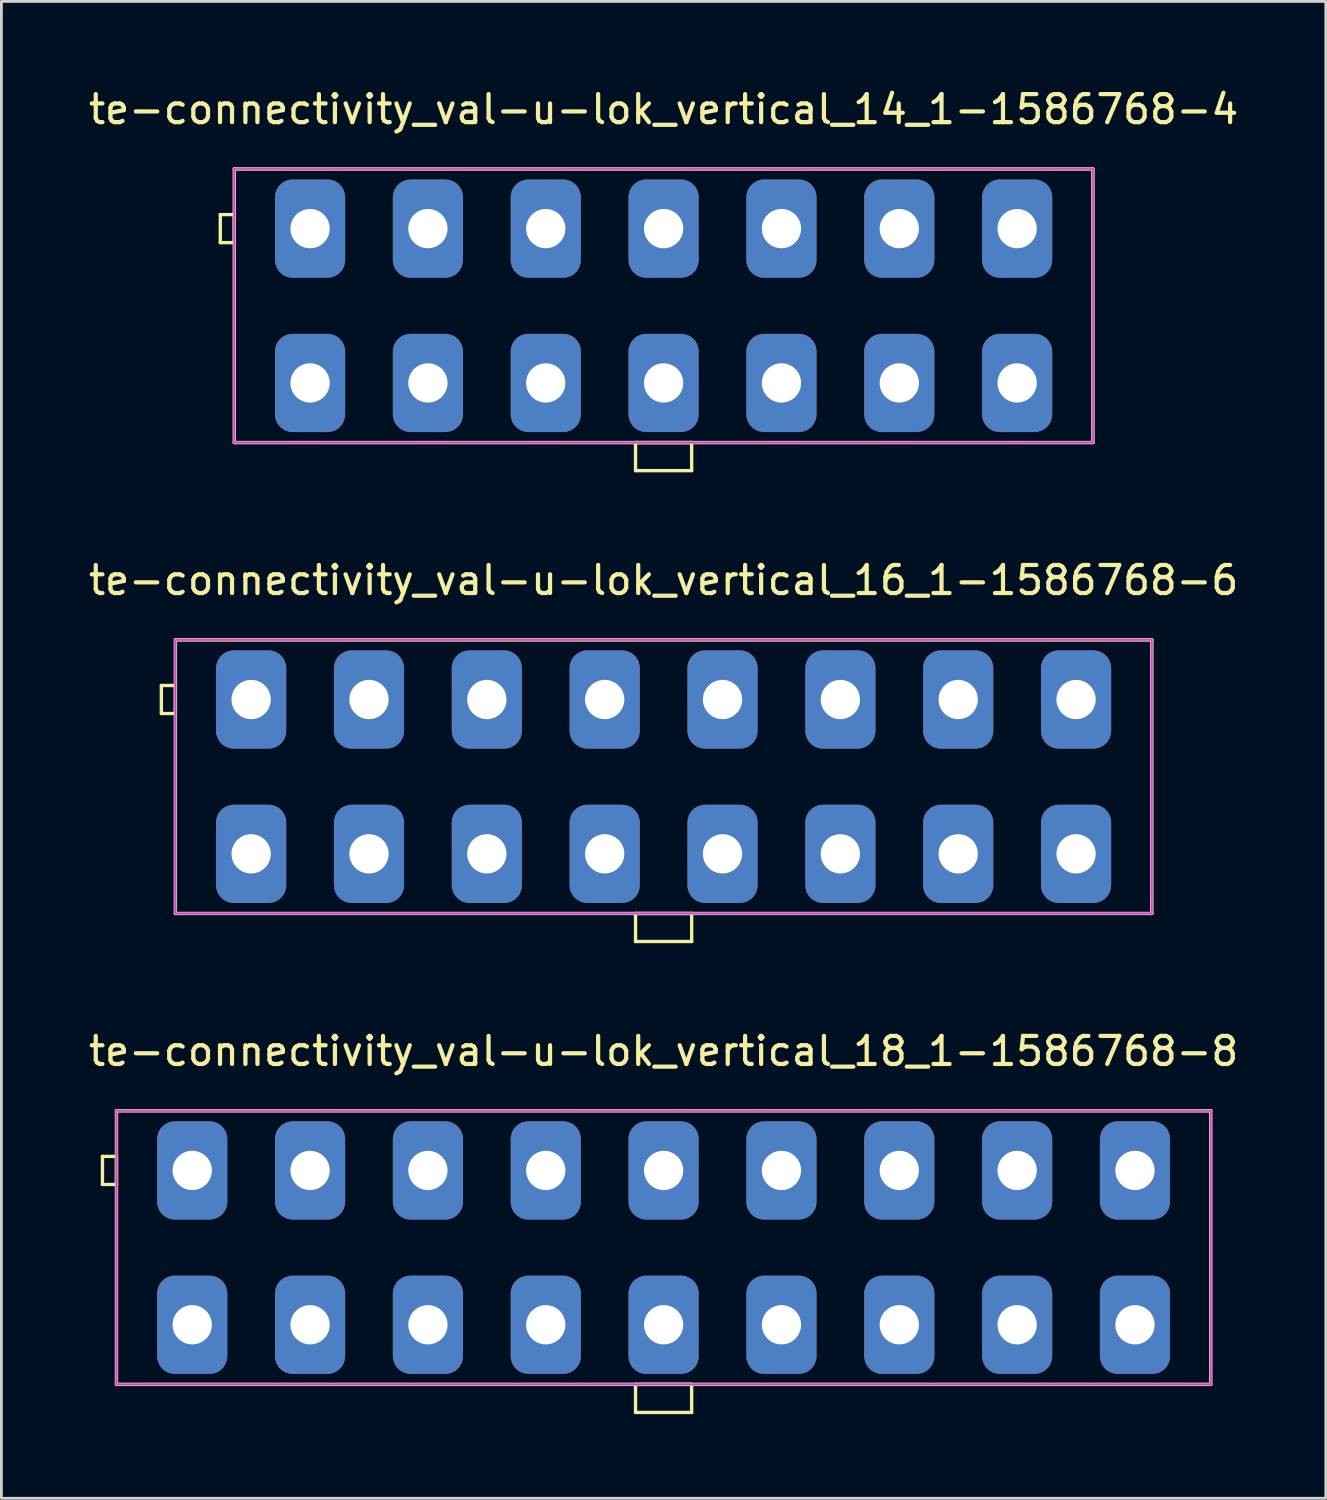
<source format=kicad_pcb>
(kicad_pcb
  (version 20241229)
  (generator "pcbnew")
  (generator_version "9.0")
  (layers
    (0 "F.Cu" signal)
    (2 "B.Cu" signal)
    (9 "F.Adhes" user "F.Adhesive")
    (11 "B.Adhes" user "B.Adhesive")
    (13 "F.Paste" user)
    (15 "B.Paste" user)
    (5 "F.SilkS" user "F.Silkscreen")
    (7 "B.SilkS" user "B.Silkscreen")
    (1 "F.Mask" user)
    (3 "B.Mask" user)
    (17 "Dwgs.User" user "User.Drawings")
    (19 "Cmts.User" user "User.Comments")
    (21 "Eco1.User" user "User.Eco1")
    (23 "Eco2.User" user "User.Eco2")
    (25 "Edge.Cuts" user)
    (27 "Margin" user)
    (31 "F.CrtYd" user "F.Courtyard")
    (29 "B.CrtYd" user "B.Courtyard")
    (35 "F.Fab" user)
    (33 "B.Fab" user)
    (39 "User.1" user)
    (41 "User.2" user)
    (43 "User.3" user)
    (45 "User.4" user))
  (footprint "te-connectivity_val-u-lok_vertical_16_1-1586768-6"
    (layer "F.Cu")
    (at 20.601 24.631)
    (property "Reference" "te-connectivity_val-u-lok_vertical_16_1-1586768-6" (at 0 -7 0) (layer "F.SilkS") (effects (font (size 1 1) (thickness 0.15))))
    (attr through_hole)
    (fp_line (start -17.9 -3.25) (end -17.4 -3.25) (stroke (width 0.12) (type solid)) (layer "F.SilkS"))
    (fp_line (start -17.9 -2.25) (end -17.9 -3.25) (stroke (width 0.12) (type solid)) (layer "F.SilkS"))
    (fp_line (start -17.4 -4.875) (end -17.4 4.875) (stroke (width 0.12) (type solid)) (layer "F.SilkS"))
    (fp_line (start -17.4 -3.25) (end -17.4 -2.25) (stroke (width 0.12) (type solid)) (layer "F.SilkS"))
    (fp_line (start -17.4 -2.25) (end -17.9 -2.25) (stroke (width 0.12) (type solid)) (layer "F.SilkS"))
    (fp_line (start -17.4 4.875) (end 17.4 4.875) (stroke (width 0.12) (type solid)) (layer "F.SilkS"))
    (fp_line (start -1 4.875) (end -1 5.875) (stroke (width 0.12) (type solid)) (layer "F.SilkS"))
    (fp_line (start -1 5.875) (end 1 5.875) (stroke (width 0.12) (type solid)) (layer "F.SilkS"))
    (fp_line (start 1 4.875) (end -1 4.875) (stroke (width 0.12) (type solid)) (layer "F.SilkS"))
    (fp_line (start 1 5.875) (end 1 4.875) (stroke (width 0.12) (type solid)) (layer "F.SilkS"))
    (fp_line (start 17.4 -4.875) (end -17.4 -4.875) (stroke (width 0.12) (type solid)) (layer "F.SilkS"))
    (fp_line (start 17.4 4.875) (end 17.4 -4.875) (stroke (width 0.12) (type solid)) (layer "F.SilkS"))
    (fp_line (start -17.4 -4.875) (end -17.4 4.875) (stroke (width 0.05) (type solid)) (layer "F.CrtYd"))
    (fp_line (start -17.4 4.875) (end 17.4 4.875) (stroke (width 0.05) (type solid)) (layer "F.CrtYd"))
    (fp_line (start 17.4 -4.875) (end -17.4 -4.875) (stroke (width 0.05) (type solid)) (layer "F.CrtYd"))
    (fp_line (start 17.4 4.875) (end 17.4 -4.875) (stroke (width 0.05) (type solid)) (layer "F.CrtYd"))
    (fp_line (start -17.4 -4.875) (end -17.4 4.875) (stroke (width 0.1) (type solid)) (layer "F.Fab"))
    (fp_line (start -17.4 4.875) (end 17.4 4.875) (stroke (width 0.1) (type solid)) (layer "F.Fab"))
    (fp_line (start 17.4 -4.875) (end -17.4 -4.875) (stroke (width 0.1) (type solid)) (layer "F.Fab"))
    (fp_line (start 17.4 4.875) (end 17.4 -4.875) (stroke (width 0.1) (type solid)) (layer "F.Fab"))
    (pad "1" thru_hole roundrect (at -14.7 -2.75) (size 2.5 3.5) (drill 1.4) (layers "*.Cu" "*.Mask") (roundrect_rratio 0.25))
    (pad "2" thru_hole roundrect (at -14.7 2.75) (size 2.5 3.5) (drill 1.4) (layers "*.Cu" "*.Mask") (roundrect_rratio 0.25))
    (pad "3" thru_hole roundrect (at -10.5 -2.75) (size 2.5 3.5) (drill 1.4) (layers "*.Cu" "*.Mask") (roundrect_rratio 0.25))
    (pad "4" thru_hole roundrect (at -10.5 2.75) (size 2.5 3.5) (drill 1.4) (layers "*.Cu" "*.Mask") (roundrect_rratio 0.25))
    (pad "5" thru_hole roundrect (at -6.3 -2.75) (size 2.5 3.5) (drill 1.4) (layers "*.Cu" "*.Mask") (roundrect_rratio 0.25))
    (pad "6" thru_hole roundrect (at -6.3 2.75) (size 2.5 3.5) (drill 1.4) (layers "*.Cu" "*.Mask") (roundrect_rratio 0.25))
    (pad "7" thru_hole roundrect (at -2.1 -2.75) (size 2.5 3.5) (drill 1.4) (layers "*.Cu" "*.Mask") (roundrect_rratio 0.25))
    (pad "8" thru_hole roundrect (at -2.1 2.75) (size 2.5 3.5) (drill 1.4) (layers "*.Cu" "*.Mask") (roundrect_rratio 0.25))
    (pad "9" thru_hole roundrect (at 2.1 -2.75) (size 2.5 3.5) (drill 1.4) (layers "*.Cu" "*.Mask") (roundrect_rratio 0.25))
    (pad "10" thru_hole roundrect (at 2.1 2.75) (size 2.5 3.5) (drill 1.4) (layers "*.Cu" "*.Mask") (roundrect_rratio 0.25))
    (pad "11" thru_hole roundrect (at 6.3 -2.75) (size 2.5 3.5) (drill 1.4) (layers "*.Cu" "*.Mask") (roundrect_rratio 0.25))
    (pad "12" thru_hole roundrect (at 6.3 2.75) (size 2.5 3.5) (drill 1.4) (layers "*.Cu" "*.Mask") (roundrect_rratio 0.25))
    (pad "13" thru_hole roundrect (at 10.5 -2.75) (size 2.5 3.5) (drill 1.4) (layers "*.Cu" "*.Mask") (roundrect_rratio 0.25))
    (pad "14" thru_hole roundrect (at 10.5 2.75) (size 2.5 3.5) (drill 1.4) (layers "*.Cu" "*.Mask") (roundrect_rratio 0.25))
    (pad "15" thru_hole roundrect (at 14.7 -2.75) (size 2.5 3.5) (drill 1.4) (layers "*.Cu" "*.Mask") (roundrect_rratio 0.25))
    (pad "16" thru_hole roundrect (at 14.7 2.75) (size 2.5 3.5) (drill 1.4) (layers "*.Cu" "*.Mask") (roundrect_rratio 0.25)))
  (footprint "te-connectivity_val-u-lok_vertical_14_1-1586768-4"
    (layer "F.Cu")
    (at 20.601 7.848)
    (property "Reference" "te-connectivity_val-u-lok_vertical_14_1-1586768-4" (at 0 -7 0) (layer "F.SilkS") (effects (font (size 1 1) (thickness 0.15))))
    (attr through_hole)
    (fp_line (start -15.8 -3.25) (end -15.3 -3.25) (stroke (width 0.12) (type solid)) (layer "F.SilkS"))
    (fp_line (start -15.8 -2.25) (end -15.8 -3.25) (stroke (width 0.12) (type solid)) (layer "F.SilkS"))
    (fp_line (start -15.3 -4.875) (end -15.3 4.875) (stroke (width 0.12) (type solid)) (layer "F.SilkS"))
    (fp_line (start -15.3 -3.25) (end -15.3 -2.25) (stroke (width 0.12) (type solid)) (layer "F.SilkS"))
    (fp_line (start -15.3 -2.25) (end -15.8 -2.25) (stroke (width 0.12) (type solid)) (layer "F.SilkS"))
    (fp_line (start -15.3 4.875) (end 15.3 4.875) (stroke (width 0.12) (type solid)) (layer "F.SilkS"))
    (fp_line (start -1 4.875) (end -1 5.875) (stroke (width 0.12) (type solid)) (layer "F.SilkS"))
    (fp_line (start -1 5.875) (end 1 5.875) (stroke (width 0.12) (type solid)) (layer "F.SilkS"))
    (fp_line (start 1 4.875) (end -1 4.875) (stroke (width 0.12) (type solid)) (layer "F.SilkS"))
    (fp_line (start 1 5.875) (end 1 4.875) (stroke (width 0.12) (type solid)) (layer "F.SilkS"))
    (fp_line (start 15.3 -4.875) (end -15.3 -4.875) (stroke (width 0.12) (type solid)) (layer "F.SilkS"))
    (fp_line (start 15.3 4.875) (end 15.3 -4.875) (stroke (width 0.12) (type solid)) (layer "F.SilkS"))
    (fp_line (start -15.3 -4.875) (end -15.3 4.875) (stroke (width 0.05) (type solid)) (layer "F.CrtYd"))
    (fp_line (start -15.3 4.875) (end 15.3 4.875) (stroke (width 0.05) (type solid)) (layer "F.CrtYd"))
    (fp_line (start 15.3 -4.875) (end -15.3 -4.875) (stroke (width 0.05) (type solid)) (layer "F.CrtYd"))
    (fp_line (start 15.3 4.875) (end 15.3 -4.875) (stroke (width 0.05) (type solid)) (layer "F.CrtYd"))
    (fp_line (start -15.3 -4.875) (end -15.3 4.875) (stroke (width 0.1) (type solid)) (layer "F.Fab"))
    (fp_line (start -15.3 4.875) (end 15.3 4.875) (stroke (width 0.1) (type solid)) (layer "F.Fab"))
    (fp_line (start 15.3 -4.875) (end -15.3 -4.875) (stroke (width 0.1) (type solid)) (layer "F.Fab"))
    (fp_line (start 15.3 4.875) (end 15.3 -4.875) (stroke (width 0.1) (type solid)) (layer "F.Fab"))
    (pad "1" thru_hole roundrect (at -12.6 -2.75) (size 2.5 3.5) (drill 1.4) (layers "*.Cu" "*.Mask") (roundrect_rratio 0.25))
    (pad "2" thru_hole roundrect (at -12.6 2.75) (size 2.5 3.5) (drill 1.4) (layers "*.Cu" "*.Mask") (roundrect_rratio 0.25))
    (pad "3" thru_hole roundrect (at -8.4 -2.75) (size 2.5 3.5) (drill 1.4) (layers "*.Cu" "*.Mask") (roundrect_rratio 0.25))
    (pad "4" thru_hole roundrect (at -8.4 2.75) (size 2.5 3.5) (drill 1.4) (layers "*.Cu" "*.Mask") (roundrect_rratio 0.25))
    (pad "5" thru_hole roundrect (at -4.2 -2.75) (size 2.5 3.5) (drill 1.4) (layers "*.Cu" "*.Mask") (roundrect_rratio 0.25))
    (pad "6" thru_hole roundrect (at -4.2 2.75) (size 2.5 3.5) (drill 1.4) (layers "*.Cu" "*.Mask") (roundrect_rratio 0.25))
    (pad "7" thru_hole roundrect (at 0 -2.75) (size 2.5 3.5) (drill 1.4) (layers "*.Cu" "*.Mask") (roundrect_rratio 0.25))
    (pad "8" thru_hole roundrect (at 0 2.75) (size 2.5 3.5) (drill 1.4) (layers "*.Cu" "*.Mask") (roundrect_rratio 0.25))
    (pad "9" thru_hole roundrect (at 4.2 -2.75) (size 2.5 3.5) (drill 1.4) (layers "*.Cu" "*.Mask") (roundrect_rratio 0.25))
    (pad "10" thru_hole roundrect (at 4.2 2.75) (size 2.5 3.5) (drill 1.4) (layers "*.Cu" "*.Mask") (roundrect_rratio 0.25))
    (pad "11" thru_hole roundrect (at 8.4 -2.75) (size 2.5 3.5) (drill 1.4) (layers "*.Cu" "*.Mask") (roundrect_rratio 0.25))
    (pad "12" thru_hole roundrect (at 8.4 2.75) (size 2.5 3.5) (drill 1.4) (layers "*.Cu" "*.Mask") (roundrect_rratio 0.25))
    (pad "13" thru_hole roundrect (at 12.6 -2.75) (size 2.5 3.5) (drill 1.4) (layers "*.Cu" "*.Mask") (roundrect_rratio 0.25))
    (pad "14" thru_hole roundrect (at 12.6 2.75) (size 2.5 3.5) (drill 1.4) (layers "*.Cu" "*.Mask") (roundrect_rratio 0.25)))
  (footprint "te-connectivity_val-u-lok_vertical_18_1-1586768-8"
    (layer "F.Cu")
    (at 20.601 41.415)
    (property "Reference" "te-connectivity_val-u-lok_vertical_18_1-1586768-8" (at 0 -7 0) (layer "F.SilkS") (effects (font (size 1 1) (thickness 0.15))))
    (attr through_hole)
    (fp_line (start -20 -3.25) (end -19.5 -3.25) (stroke (width 0.12) (type solid)) (layer "F.SilkS"))
    (fp_line (start -20 -2.25) (end -20 -3.25) (stroke (width 0.12) (type solid)) (layer "F.SilkS"))
    (fp_line (start -19.5 -4.875) (end -19.5 4.875) (stroke (width 0.12) (type solid)) (layer "F.SilkS"))
    (fp_line (start -19.5 -3.25) (end -19.5 -2.25) (stroke (width 0.12) (type solid)) (layer "F.SilkS"))
    (fp_line (start -19.5 -2.25) (end -20 -2.25) (stroke (width 0.12) (type solid)) (layer "F.SilkS"))
    (fp_line (start -19.5 4.875) (end 19.5 4.875) (stroke (width 0.12) (type solid)) (layer "F.SilkS"))
    (fp_line (start -1 4.875) (end -1 5.875) (stroke (width 0.12) (type solid)) (layer "F.SilkS"))
    (fp_line (start -1 5.875) (end 1 5.875) (stroke (width 0.12) (type solid)) (layer "F.SilkS"))
    (fp_line (start 1 4.875) (end -1 4.875) (stroke (width 0.12) (type solid)) (layer "F.SilkS"))
    (fp_line (start 1 5.875) (end 1 4.875) (stroke (width 0.12) (type solid)) (layer "F.SilkS"))
    (fp_line (start 19.5 -4.875) (end -19.5 -4.875) (stroke (width 0.12) (type solid)) (layer "F.SilkS"))
    (fp_line (start 19.5 4.875) (end 19.5 -4.875) (stroke (width 0.12) (type solid)) (layer "F.SilkS"))
    (fp_line (start -19.5 -4.875) (end -19.5 4.875) (stroke (width 0.05) (type solid)) (layer "F.CrtYd"))
    (fp_line (start -19.5 4.875) (end 19.5 4.875) (stroke (width 0.05) (type solid)) (layer "F.CrtYd"))
    (fp_line (start 19.5 -4.875) (end -19.5 -4.875) (stroke (width 0.05) (type solid)) (layer "F.CrtYd"))
    (fp_line (start 19.5 4.875) (end 19.5 -4.875) (stroke (width 0.05) (type solid)) (layer "F.CrtYd"))
    (fp_line (start -19.5 -4.875) (end -19.5 4.875) (stroke (width 0.1) (type solid)) (layer "F.Fab"))
    (fp_line (start -19.5 4.875) (end 19.5 4.875) (stroke (width 0.1) (type solid)) (layer "F.Fab"))
    (fp_line (start 19.5 -4.875) (end -19.5 -4.875) (stroke (width 0.1) (type solid)) (layer "F.Fab"))
    (fp_line (start 19.5 4.875) (end 19.5 -4.875) (stroke (width 0.1) (type solid)) (layer "F.Fab"))
    (pad "1" thru_hole roundrect (at -16.8 -2.75) (size 2.5 3.5) (drill 1.4) (layers "*.Cu" "*.Mask") (roundrect_rratio 0.25))
    (pad "2" thru_hole roundrect (at -16.8 2.75) (size 2.5 3.5) (drill 1.4) (layers "*.Cu" "*.Mask") (roundrect_rratio 0.25))
    (pad "3" thru_hole roundrect (at -12.6 -2.75) (size 2.5 3.5) (drill 1.4) (layers "*.Cu" "*.Mask") (roundrect_rratio 0.25))
    (pad "4" thru_hole roundrect (at -12.6 2.75) (size 2.5 3.5) (drill 1.4) (layers "*.Cu" "*.Mask") (roundrect_rratio 0.25))
    (pad "5" thru_hole roundrect (at -8.4 -2.75) (size 2.5 3.5) (drill 1.4) (layers "*.Cu" "*.Mask") (roundrect_rratio 0.25))
    (pad "6" thru_hole roundrect (at -8.4 2.75) (size 2.5 3.5) (drill 1.4) (layers "*.Cu" "*.Mask") (roundrect_rratio 0.25))
    (pad "7" thru_hole roundrect (at -4.2 -2.75) (size 2.5 3.5) (drill 1.4) (layers "*.Cu" "*.Mask") (roundrect_rratio 0.25))
    (pad "8" thru_hole roundrect (at -4.2 2.75) (size 2.5 3.5) (drill 1.4) (layers "*.Cu" "*.Mask") (roundrect_rratio 0.25))
    (pad "9" thru_hole roundrect (at 0 -2.75) (size 2.5 3.5) (drill 1.4) (layers "*.Cu" "*.Mask") (roundrect_rratio 0.25))
    (pad "10" thru_hole roundrect (at 0 2.75) (size 2.5 3.5) (drill 1.4) (layers "*.Cu" "*.Mask") (roundrect_rratio 0.25))
    (pad "11" thru_hole roundrect (at 4.2 -2.75) (size 2.5 3.5) (drill 1.4) (layers "*.Cu" "*.Mask") (roundrect_rratio 0.25))
    (pad "12" thru_hole roundrect (at 4.2 2.75) (size 2.5 3.5) (drill 1.4) (layers "*.Cu" "*.Mask") (roundrect_rratio 0.25))
    (pad "13" thru_hole roundrect (at 8.4 -2.75) (size 2.5 3.5) (drill 1.4) (layers "*.Cu" "*.Mask") (roundrect_rratio 0.25))
    (pad "14" thru_hole roundrect (at 8.4 2.75) (size 2.5 3.5) (drill 1.4) (layers "*.Cu" "*.Mask") (roundrect_rratio 0.25))
    (pad "15" thru_hole roundrect (at 12.6 -2.75) (size 2.5 3.5) (drill 1.4) (layers "*.Cu" "*.Mask") (roundrect_rratio 0.25))
    (pad "16" thru_hole roundrect (at 12.6 2.75) (size 2.5 3.5) (drill 1.4) (layers "*.Cu" "*.Mask") (roundrect_rratio 0.25))
    (pad "17" thru_hole roundrect (at 16.8 -2.75) (size 2.5 3.5) (drill 1.4) (layers "*.Cu" "*.Mask") (roundrect_rratio 0.25))
    (pad "18" thru_hole roundrect (at 16.8 2.75) (size 2.5 3.5) (drill 1.4) (layers "*.Cu" "*.Mask") (roundrect_rratio 0.25)))
  (gr_rect
    (start -3 -3)
    (end 44.202 50.35)
    (stroke (width 0.1) (type default))
    (fill no)
    (layer "Edge.Cuts")))
</source>
